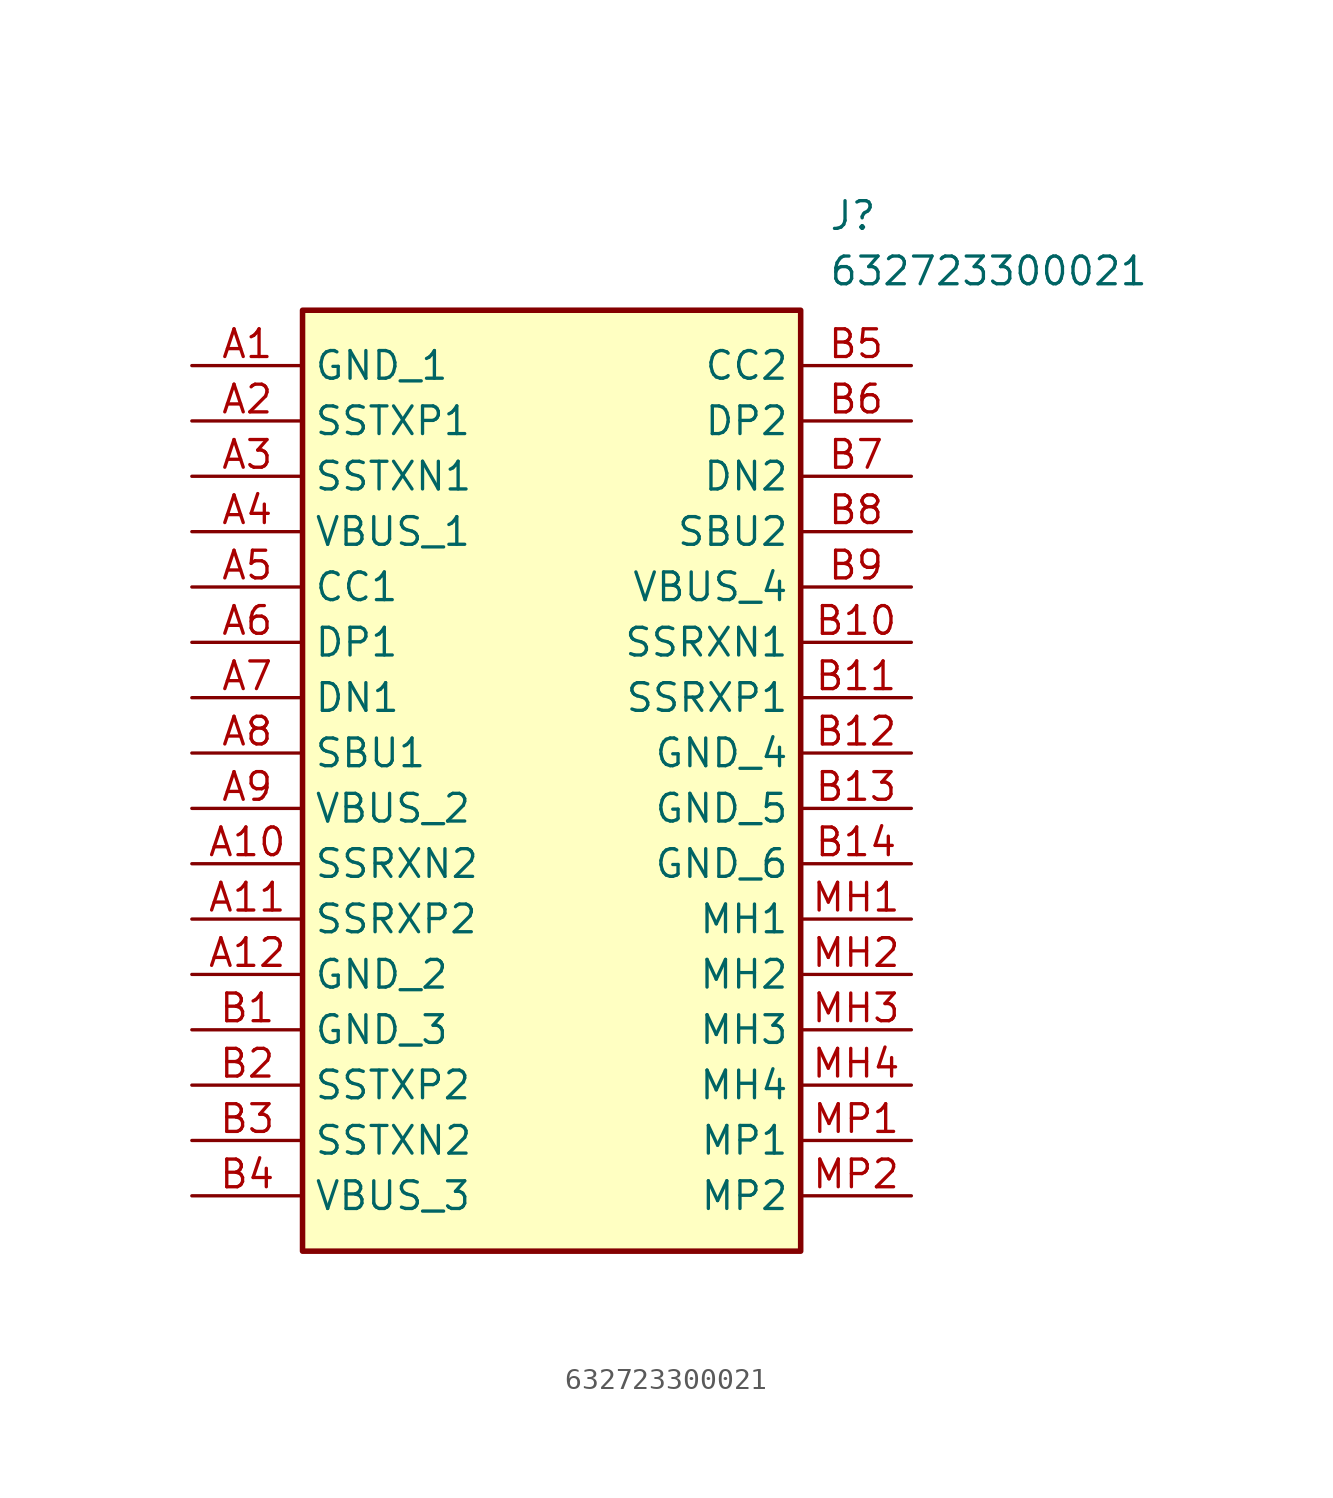
<source format=kicad_sym>
(kicad_symbol_lib
  (version 20211014)
  (generator kicad_symbol_editor)
  (symbol "632723300021"
    (property "Reference" "J"
      (at 29.21 7.62 0)
      (effects (font (size 1.27 1.27)) (justify left top)))
    (property "Value" "632723300021"
      (at 29.21 5.08 0)
      (effects (font (size 1.27 1.27)) (justify left top)))
    (rectangle
      (start 5.08 2.54)
      (end 27.94 -40.64)
      (stroke (width 0.254) (type default))
      (fill (type background)))
    (pin passive line
      (at 0 0 0)
      (length 5.08)
      (name "GND_1" (effects (font (size 1.27 1.27))))
      (number "A1" (effects (font (size 1.27 1.27)))))
    (pin passive line
      (at 0 -2.54 0)
      (length 5.08)
      (name "SSTXP1" (effects (font (size 1.27 1.27))))
      (number "A2" (effects (font (size 1.27 1.27)))))
    (pin passive line
      (at 0 -5.08 0)
      (length 5.08)
      (name "SSTXN1" (effects (font (size 1.27 1.27))))
      (number "A3" (effects (font (size 1.27 1.27)))))
    (pin passive line
      (at 0 -7.62 0)
      (length 5.08)
      (name "VBUS_1" (effects (font (size 1.27 1.27))))
      (number "A4" (effects (font (size 1.27 1.27)))))
    (pin passive line
      (at 0 -10.16 0)
      (length 5.08)
      (name "CC1" (effects (font (size 1.27 1.27))))
      (number "A5" (effects (font (size 1.27 1.27)))))
    (pin passive line
      (at 0 -12.7 0)
      (length 5.08)
      (name "DP1" (effects (font (size 1.27 1.27))))
      (number "A6" (effects (font (size 1.27 1.27)))))
    (pin passive line
      (at 0 -15.24 0)
      (length 5.08)
      (name "DN1" (effects (font (size 1.27 1.27))))
      (number "A7" (effects (font (size 1.27 1.27)))))
    (pin passive line
      (at 0 -17.78 0)
      (length 5.08)
      (name "SBU1" (effects (font (size 1.27 1.27))))
      (number "A8" (effects (font (size 1.27 1.27)))))
    (pin passive line
      (at 0 -20.32 0)
      (length 5.08)
      (name "VBUS_2" (effects (font (size 1.27 1.27))))
      (number "A9" (effects (font (size 1.27 1.27)))))
    (pin passive line
      (at 0 -22.86 0)
      (length 5.08)
      (name "SSRXN2" (effects (font (size 1.27 1.27))))
      (number "A10" (effects (font (size 1.27 1.27)))))
    (pin passive line
      (at 0 -25.4 0)
      (length 5.08)
      (name "SSRXP2" (effects (font (size 1.27 1.27))))
      (number "A11" (effects (font (size 1.27 1.27)))))
    (pin passive line
      (at 0 -27.94 0)
      (length 5.08)
      (name "GND_2" (effects (font (size 1.27 1.27))))
      (number "A12" (effects (font (size 1.27 1.27)))))
    (pin passive line
      (at 0 -30.48 0)
      (length 5.08)
      (name "GND_3" (effects (font (size 1.27 1.27))))
      (number "B1" (effects (font (size 1.27 1.27)))))
    (pin passive line
      (at 0 -33.02 0)
      (length 5.08)
      (name "SSTXP2" (effects (font (size 1.27 1.27))))
      (number "B2" (effects (font (size 1.27 1.27)))))
    (pin passive line
      (at 0 -35.56 0)
      (length 5.08)
      (name "SSTXN2" (effects (font (size 1.27 1.27))))
      (number "B3" (effects (font (size 1.27 1.27)))))
    (pin passive line
      (at 0 -38.1 0)
      (length 5.08)
      (name "VBUS_3" (effects (font (size 1.27 1.27))))
      (number "B4" (effects (font (size 1.27 1.27)))))
    (pin passive line
      (at 33.02 0 180)
      (length 5.08)
      (name "CC2" (effects (font (size 1.27 1.27))))
      (number "B5" (effects (font (size 1.27 1.27)))))
    (pin passive line
      (at 33.02 -2.54 180)
      (length 5.08)
      (name "DP2" (effects (font (size 1.27 1.27))))
      (number "B6" (effects (font (size 1.27 1.27)))))
    (pin passive line
      (at 33.02 -5.08 180)
      (length 5.08)
      (name "DN2" (effects (font (size 1.27 1.27))))
      (number "B7" (effects (font (size 1.27 1.27)))))
    (pin passive line
      (at 33.02 -7.62 180)
      (length 5.08)
      (name "SBU2" (effects (font (size 1.27 1.27))))
      (number "B8" (effects (font (size 1.27 1.27)))))
    (pin passive line
      (at 33.02 -10.16 180)
      (length 5.08)
      (name "VBUS_4" (effects (font (size 1.27 1.27))))
      (number "B9" (effects (font (size 1.27 1.27)))))
    (pin passive line
      (at 33.02 -12.7 180)
      (length 5.08)
      (name "SSRXN1" (effects (font (size 1.27 1.27))))
      (number "B10" (effects (font (size 1.27 1.27)))))
    (pin passive line
      (at 33.02 -15.24 180)
      (length 5.08)
      (name "SSRXP1" (effects (font (size 1.27 1.27))))
      (number "B11" (effects (font (size 1.27 1.27)))))
    (pin passive line
      (at 33.02 -17.78 180)
      (length 5.08)
      (name "GND_4" (effects (font (size 1.27 1.27))))
      (number "B12" (effects (font (size 1.27 1.27)))))
    (pin passive line
      (at 33.02 -20.32 180)
      (length 5.08)
      (name "GND_5" (effects (font (size 1.27 1.27))))
      (number "B13" (effects (font (size 1.27 1.27)))))
    (pin passive line
      (at 33.02 -22.86 180)
      (length 5.08)
      (name "GND_6" (effects (font (size 1.27 1.27))))
      (number "B14" (effects (font (size 1.27 1.27)))))
    (pin passive line
      (at 33.02 -25.4 180)
      (length 5.08)
      (name "MH1" (effects (font (size 1.27 1.27))))
      (number "MH1" (effects (font (size 1.27 1.27)))))
    (pin passive line
      (at 33.02 -27.94 180)
      (length 5.08)
      (name "MH2" (effects (font (size 1.27 1.27))))
      (number "MH2" (effects (font (size 1.27 1.27)))))
    (pin passive line
      (at 33.02 -30.48 180)
      (length 5.08)
      (name "MH3" (effects (font (size 1.27 1.27))))
      (number "MH3" (effects (font (size 1.27 1.27)))))
    (pin passive line
      (at 33.02 -33.02 180)
      (length 5.08)
      (name "MH4" (effects (font (size 1.27 1.27))))
      (number "MH4" (effects (font (size 1.27 1.27)))))
    (pin passive line
      (at 33.02 -35.56 180)
      (length 5.08)
      (name "MP1" (effects (font (size 1.27 1.27))))
      (number "MP1" (effects (font (size 1.27 1.27)))))
    (pin passive line
      (at 33.02 -38.1 180)
      (length 5.08)
      (name "MP2" (effects (font (size 1.27 1.27))))
      (number "MP2" (effects (font (size 1.27 1.27)))))))
</source>
